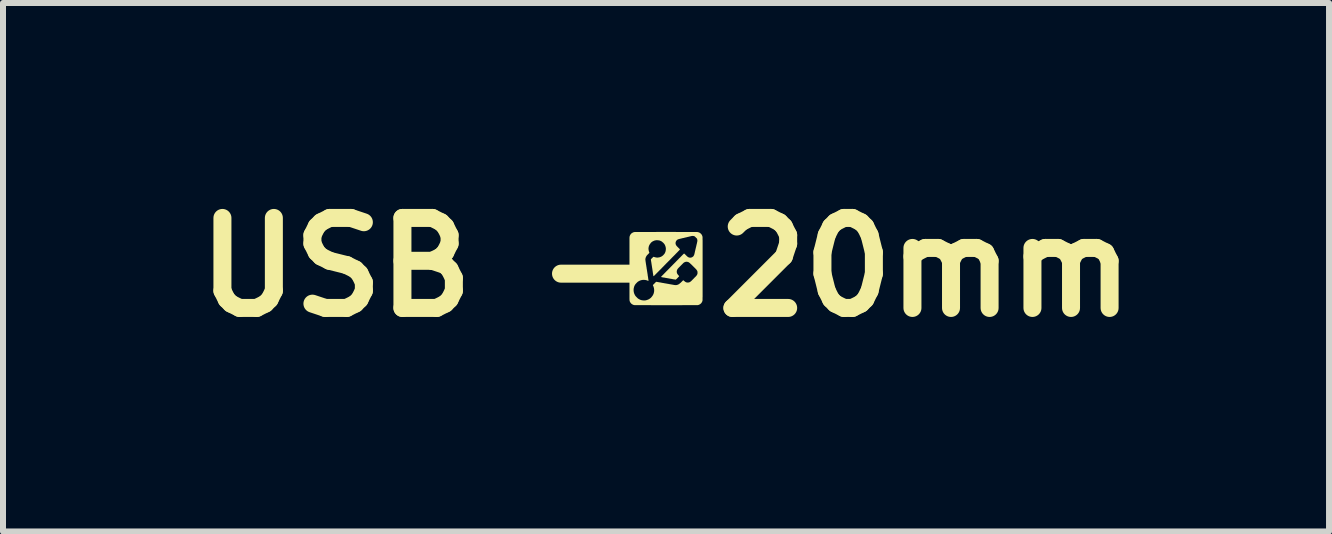
<source format=kicad_pcb>
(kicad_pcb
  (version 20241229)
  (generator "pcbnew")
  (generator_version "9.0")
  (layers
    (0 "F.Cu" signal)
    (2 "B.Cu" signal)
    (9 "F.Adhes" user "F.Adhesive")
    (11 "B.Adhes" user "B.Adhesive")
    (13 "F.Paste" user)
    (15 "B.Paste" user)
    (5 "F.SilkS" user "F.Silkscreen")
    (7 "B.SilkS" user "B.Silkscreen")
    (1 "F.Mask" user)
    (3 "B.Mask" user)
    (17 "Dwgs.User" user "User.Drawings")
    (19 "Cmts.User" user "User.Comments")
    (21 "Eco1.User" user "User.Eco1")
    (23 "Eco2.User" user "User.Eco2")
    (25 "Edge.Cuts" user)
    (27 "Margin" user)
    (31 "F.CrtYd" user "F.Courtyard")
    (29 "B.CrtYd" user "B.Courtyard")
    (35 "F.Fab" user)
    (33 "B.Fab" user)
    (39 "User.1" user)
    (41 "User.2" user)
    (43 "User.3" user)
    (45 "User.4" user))
  (footprint "USB - 20mm"
    (layer "F.Cu")
    (at 8.05 1.404)
    (property "Reference" "USB - 20mm" (at 0 0 0) (layer "F.SilkS") (effects (font (size 1.5 1.5) (thickness 0.3))))
    (attr board_only exclude_from_pos_files exclude_from_bom)
    (fp_poly (pts (xy 0.025 -0.588) (xy 0.049 -0.588) (xy 0.073 -0.588) (xy 0.096 -0.588) (xy 0.119 -0.588) (xy 0.142 -0.588) (xy 0.165 -0.588) (xy 0.188 -0.587) (xy 0.21 -0.587) (xy 0.232 -0.587) (xy 0.253 -0.587) (xy 0.274 -0.587) (xy 0.294 -0.587) (xy 0.314 -0.587) (xy 0.333 -0.587) (xy 0.352 -0.587) (xy 0.369 -0.587) (xy 0.387 -0.587) (xy 0.403 -0.587) (xy 0.418 -0.587) (xy 0.433 -0.587) (xy 0.447 -0.587) (xy 0.46 -0.587) (xy 0.472 -0.587) (xy 0.482 -0.587) (xy 0.492 -0.587) (xy 0.501 -0.587) (xy 0.508 -0.587) (xy 0.514 -0.587) (xy 0.519 -0.587) (xy 0.523 -0.587) (xy 0.525 -0.586) (xy 0.526 -0.586) (xy 0.538 -0.584) (xy 0.549 -0.58) (xy 0.559 -0.576) (xy 0.569 -0.569) (xy 0.578 -0.562) (xy 0.581 -0.559) (xy 0.589 -0.55) (xy 0.596 -0.541) (xy 0.601 -0.53) (xy 0.605 -0.52) (xy 0.608 -0.508) (xy 0.609 -0.504) (xy 0.609 -0.503) (xy 0.609 -0.5) (xy 0.609 -0.496) (xy 0.609 -0.491) (xy 0.609 -0.485) (xy 0.609 -0.477) (xy 0.609 -0.468) (xy 0.609 -0.459) (xy 0.61 -0.448) (xy 0.61 -0.436) (xy 0.61 -0.423) (xy 0.61 -0.409) (xy 0.61 -0.394) (xy 0.61 -0.378) (xy 0.61 -0.362) (xy 0.61 -0.345) (xy 0.61 -0.327) (xy 0.61 -0.308) (xy 0.61 -0.289) (xy 0.61 -0.269) (xy 0.61 -0.249) (xy 0.61 -0.228) (xy 0.61 -0.206) (xy 0.61 -0.185) (xy 0.61 -0.162) (xy 0.61 -0.14) (xy 0.61 -0.117) (xy 0.61 -0.094) (xy 0.61 -0.071) (xy 0.61 -0.047) (xy 0.61 -0.024) (xy 0.61 -0.000012) (xy 0.61 0.024) (xy 0.61 0.047) (xy 0.61 0.071) (xy 0.61 0.095) (xy 0.61 0.118) (xy 0.61 0.141) (xy 0.61 0.164) (xy 0.61 0.187) (xy 0.61 0.21) (xy 0.61 0.232) (xy 0.61 0.254) (xy 0.61 0.275) (xy 0.61 0.296) (xy 0.61 0.316) (xy 0.61 0.336) (xy 0.61 0.355) (xy 0.61 0.374) (xy 0.61 0.392) (xy 0.61 0.409) (xy 0.61 0.425) (xy 0.61 0.441) (xy 0.61 0.455) (xy 0.61 0.469) (xy 0.61 0.482) (xy 0.61 0.494) (xy 0.609 0.505) (xy 0.609 0.514) (xy 0.609 0.523) (xy 0.609 0.531) (xy 0.609 0.537) (xy 0.609 0.542) (xy 0.609 0.546) (xy 0.609 0.548) (xy 0.609 0.549) (xy 0.607 0.561) (xy 0.603 0.572) (xy 0.598 0.582) (xy 0.592 0.592) (xy 0.585 0.601) (xy 0.581 0.604) (xy 0.573 0.612) (xy 0.563 0.618) (xy 0.553 0.624) (xy 0.542 0.628) (xy 0.531 0.631) (xy 0.526 0.632) (xy 0.525 0.632) (xy 0.523 0.632) (xy 0.519 0.632) (xy 0.514 0.632) (xy 0.507 0.632) (xy 0.5 0.632) (xy 0.491 0.632) (xy 0.481 0.632) (xy 0.47 0.632) (xy 0.458 0.632) (xy 0.446 0.632) (xy 0.432 0.632) (xy 0.417 0.632) (xy 0.401 0.632) (xy 0.385 0.632) (xy 0.368 0.632) (xy 0.35 0.632) (xy 0.331 0.632) (xy 0.312 0.632) (xy 0.292 0.632) (xy 0.272 0.632) (xy 0.251 0.633) (xy 0.23 0.633) (xy 0.208 0.633) (xy 0.186 0.633) (xy 0.163 0.633) (xy 0.14 0.633) (xy 0.117 0.633) (xy 0.094 0.633) (xy 0.07 0.633) (xy 0.047 0.633) (xy 0.023 0.633) (xy -0.001 0.633) (xy -0.024 0.633) (xy -0.048 0.633) (xy -0.071 0.633) (xy -0.095 0.633) (xy -0.118 0.633) (xy -0.141 0.633) (xy -0.164 0.633) (xy -0.187 0.633) (xy -0.209 0.633) (xy -0.23 0.633) (xy -0.252 0.632) (xy -0.273 0.632) (xy -0.293 0.632) (xy -0.313 0.632) (xy -0.332 0.632) (xy -0.351 0.632) (xy -0.368 0.632) (xy -0.386 0.632) (xy -0.402 0.632) (xy -0.418 0.632) (xy -0.432 0.632) (xy -0.446 0.632) (xy -0.459 0.632) (xy -0.471 0.632) (xy -0.482 0.632) (xy -0.491 0.632) (xy -0.5 0.632) (xy -0.508 0.632) (xy -0.514 0.632) (xy -0.519 0.632) (xy -0.523 0.632) (xy -0.525 0.632) (xy -0.526 0.631) (xy -0.538 0.629) (xy -0.549 0.625) (xy -0.559 0.62) (xy -0.569 0.614) (xy -0.578 0.607) (xy -0.581 0.604) (xy -0.589 0.595) (xy -0.595 0.586) (xy -0.601 0.576) (xy -0.605 0.565) (xy -0.608 0.553) (xy -0.608 0.549) (xy -0.608 0.548) (xy -0.608 0.545) (xy -0.608 0.541) (xy -0.609 0.536) (xy -0.609 0.53) (xy -0.609 0.522) (xy -0.609 0.514) (xy -0.609 0.504) (xy -0.609 0.493) (xy -0.609 0.481) (xy -0.609 0.468) (xy -0.609 0.454) (xy -0.609 0.439) (xy -0.609 0.424) (xy -0.609 0.407) (xy -0.609 0.39) (xy -0.609 0.379) (xy -0.54 0.379) (xy -0.54 0.385) (xy -0.54 0.39) (xy -0.54 0.395) (xy -0.539 0.399) (xy -0.539 0.402) (xy -0.539 0.402) (xy -0.538 0.405) (xy -0.538 0.409) (xy -0.537 0.413) (xy -0.537 0.414) (xy -0.536 0.418) (xy -0.535 0.422) (xy -0.534 0.426) (xy -0.532 0.431) (xy -0.531 0.436) (xy -0.529 0.441) (xy -0.528 0.444) (xy -0.527 0.446) (xy -0.526 0.448) (xy -0.525 0.451) (xy -0.523 0.454) (xy -0.523 0.454) (xy -0.521 0.458) (xy -0.519 0.463) (xy -0.516 0.468) (xy -0.513 0.473) (xy -0.511 0.475) (xy -0.509 0.478) (xy -0.508 0.48) (xy -0.506 0.482) (xy -0.506 0.483) (xy -0.504 0.485) (xy -0.501 0.487) (xy -0.498 0.491) (xy -0.495 0.494) (xy -0.491 0.498) (xy -0.487 0.502) (xy -0.469 0.52) (xy -0.458 0.527) (xy -0.453 0.53) (xy -0.449 0.532) (xy -0.444 0.535) (xy -0.44 0.537) (xy -0.438 0.538) (xy -0.433 0.54) (xy -0.427 0.543) (xy -0.421 0.545) (xy -0.415 0.547) (xy -0.41 0.548) (xy -0.408 0.549) (xy -0.405 0.549) (xy -0.402 0.55) (xy -0.398 0.55) (xy -0.395 0.551) (xy -0.392 0.551) (xy -0.388 0.552) (xy -0.385 0.552) (xy -0.382 0.553) (xy -0.378 0.553) (xy -0.376 0.553) (xy -0.374 0.554) (xy -0.37 0.554) (xy -0.365 0.554) (xy -0.359 0.554) (xy -0.358 0.554) (xy -0.355 0.553) (xy -0.351 0.553) (xy -0.347 0.552) (xy -0.346 0.552) (xy -0.342 0.552) (xy -0.338 0.551) (xy -0.335 0.551) (xy -0.332 0.55) (xy -0.328 0.549) (xy -0.324 0.548) (xy -0.319 0.546) (xy -0.315 0.545) (xy -0.307 0.542) (xy -0.299 0.539) (xy -0.292 0.536) (xy -0.285 0.532) (xy -0.279 0.529) (xy -0.274 0.525) (xy -0.269 0.522) (xy -0.269 0.522) (xy -0.267 0.52) (xy -0.264 0.518) (xy -0.261 0.516) (xy -0.261 0.516) (xy -0.259 0.515) (xy -0.257 0.513) (xy -0.254 0.511) (xy -0.251 0.508) (xy -0.247 0.503) (xy -0.247 0.503) (xy -0.244 0.5) (xy -0.241 0.496) (xy -0.238 0.493) (xy -0.236 0.491) (xy -0.235 0.489) (xy -0.235 0.489) (xy -0.233 0.486) (xy -0.231 0.483) (xy -0.229 0.481) (xy -0.227 0.479) (xy -0.225 0.475) (xy -0.222 0.471) (xy -0.219 0.467) (xy -0.217 0.462) (xy -0.214 0.457) (xy -0.212 0.453) (xy -0.211 0.45) (xy -0.211 0.449) (xy -0.209 0.446) (xy -0.208 0.442) (xy -0.207 0.439) (xy -0.207 0.439) (xy -0.205 0.436) (xy -0.204 0.432) (xy -0.203 0.427) (xy -0.202 0.422) (xy -0.201 0.417) (xy -0.2 0.415) (xy -0.2 0.412) (xy -0.199 0.409) (xy -0.199 0.406) (xy -0.198 0.403) (xy -0.198 0.399) (xy -0.198 0.395) (xy -0.198 0.39) (xy -0.197 0.384) (xy -0.198 0.379) (xy -0.198 0.375) (xy -0.198 0.371) (xy -0.198 0.368) (xy -0.198 0.367) (xy -0.199 0.365) (xy -0.199 0.362) (xy -0.199 0.358) (xy -0.2 0.356) (xy -0.201 0.349) (xy -0.203 0.342) (xy -0.203 0.341) (xy -0.204 0.338) (xy -0.205 0.334) (xy -0.206 0.33) (xy -0.206 0.329) (xy -0.207 0.326) (xy -0.209 0.322) (xy -0.211 0.317) (xy -0.213 0.313) (xy -0.215 0.309) (xy -0.216 0.306) (xy -0.217 0.304) (xy -0.218 0.302) (xy -0.218 0.3) (xy -0.218 0.299) (xy -0.218 0.296) (xy -0.199 0.277) (xy -0.193 0.271) (xy -0.187 0.265) (xy -0.183 0.26) (xy -0.179 0.256) (xy -0.175 0.253) (xy -0.172 0.25) (xy -0.17 0.248) (xy -0.169 0.246) (xy -0.167 0.245) (xy -0.166 0.244) (xy -0.165 0.244) (xy -0.164 0.243) (xy -0.164 0.243) (xy -0.163 0.243) (xy -0.163 0.243) (xy -0.161 0.243) (xy -0.158 0.243) (xy -0.154 0.244) (xy -0.149 0.245) (xy -0.149 0.245) (xy -0.145 0.245) (xy -0.141 0.246) (xy -0.137 0.247) (xy -0.134 0.247) (xy -0.133 0.247) (xy -0.13 0.248) (xy -0.125 0.249) (xy -0.122 0.249) (xy -0.121 0.25) (xy -0.114 0.251) (xy -0.109 0.252) (xy -0.104 0.253) (xy -0.1 0.253) (xy -0.096 0.254) (xy -0.092 0.254) (xy -0.089 0.255) (xy -0.084 0.256) (xy -0.079 0.257) (xy -0.074 0.258) (xy -0.069 0.259) (xy -0.065 0.26) (xy -0.061 0.26) (xy -0.059 0.261) (xy -0.057 0.261) (xy -0.057 0.261) (xy -0.056 0.261) (xy -0.053 0.261) (xy -0.05 0.262) (xy -0.046 0.263) (xy -0.041 0.264) (xy -0.039 0.264) (xy -0.034 0.265) (xy -0.029 0.266) (xy -0.024 0.267) (xy -0.02 0.268) (xy -0.017 0.268) (xy -0.016 0.268) (xy -0.013 0.269) (xy -0.008 0.27) (xy -0.004 0.27) (xy 0.001 0.271) (xy 0.002 0.271) (xy 0.006 0.272) (xy 0.01 0.273) (xy 0.015 0.274) (xy 0.018 0.274) (xy 0.018 0.274) (xy 0.022 0.275) (xy 0.027 0.276) (xy 0.032 0.277) (xy 0.037 0.277) (xy 0.041 0.278) (xy 0.045 0.279) (xy 0.047 0.28) (xy 0.049 0.28) (xy 0.052 0.281) (xy 0.056 0.281) (xy 0.057 0.281) (xy 0.06 0.282) (xy 0.063 0.282) (xy 0.068 0.283) (xy 0.073 0.284) (xy 0.076 0.285) (xy 0.081 0.286) (xy 0.085 0.286) (xy 0.09 0.287) (xy 0.094 0.288) (xy 0.096 0.288) (xy 0.098 0.289) (xy 0.102 0.289) (xy 0.107 0.29) (xy 0.112 0.291) (xy 0.117 0.292) (xy 0.119 0.292) (xy 0.127 0.294) (xy 0.133 0.295) (xy 0.138 0.296) (xy 0.143 0.296) (xy 0.147 0.297) (xy 0.151 0.297) (xy 0.154 0.297) (xy 0.158 0.298) (xy 0.16 0.298) (xy 0.168 0.297) (xy 0.176 0.297) (xy 0.183 0.295) (xy 0.19 0.293) (xy 0.198 0.29) (xy 0.206 0.286) (xy 0.207 0.286) (xy 0.211 0.284) (xy 0.215 0.282) (xy 0.217 0.281) (xy 0.219 0.279) (xy 0.221 0.278) (xy 0.223 0.275) (xy 0.224 0.275) (xy 0.227 0.272) (xy 0.23 0.27) (xy 0.233 0.267) (xy 0.234 0.266) (xy 0.236 0.265) (xy 0.239 0.263) (xy 0.242 0.26) (xy 0.246 0.257) (xy 0.25 0.252) (xy 0.256 0.247) (xy 0.262 0.241) (xy 0.268 0.235) (xy 0.273 0.229) (xy 0.278 0.225) (xy 0.281 0.222) (xy 0.284 0.219) (xy 0.285 0.218) (xy 0.286 0.218) (xy 0.288 0.218) (xy 0.289 0.218) (xy 0.291 0.218) (xy 0.293 0.22) (xy 0.295 0.222) (xy 0.298 0.225) (xy 0.3 0.227) (xy 0.304 0.23) (xy 0.308 0.233) (xy 0.311 0.236) (xy 0.313 0.237) (xy 0.316 0.239) (xy 0.318 0.241) (xy 0.32 0.242) (xy 0.322 0.244) (xy 0.326 0.246) (xy 0.33 0.248) (xy 0.333 0.25) (xy 0.337 0.251) (xy 0.339 0.252) (xy 0.348 0.254) (xy 0.357 0.255) (xy 0.365 0.255) (xy 0.373 0.254) (xy 0.382 0.253) (xy 0.382 0.252) (xy 0.389 0.251) (xy 0.395 0.248) (xy 0.401 0.245) (xy 0.405 0.242) (xy 0.405 0.242) (xy 0.408 0.239) (xy 0.411 0.237) (xy 0.413 0.236) (xy 0.415 0.235) (xy 0.417 0.233) (xy 0.421 0.229) (xy 0.425 0.225) (xy 0.431 0.22) (xy 0.431 0.219) (xy 0.441 0.209) (xy 0.45 0.2) (xy 0.459 0.191) (xy 0.466 0.184) (xy 0.472 0.177) (xy 0.478 0.171) (xy 0.483 0.166) (xy 0.488 0.162) (xy 0.492 0.158) (xy 0.495 0.154) (xy 0.498 0.151) (xy 0.5 0.149) (xy 0.502 0.147) (xy 0.504 0.145) (xy 0.505 0.144) (xy 0.506 0.143) (xy 0.506 0.142) (xy 0.507 0.141) (xy 0.508 0.14) (xy 0.508 0.14) (xy 0.508 0.139) (xy 0.51 0.136) (xy 0.512 0.134) (xy 0.513 0.132) (xy 0.515 0.13) (xy 0.517 0.126) (xy 0.519 0.122) (xy 0.521 0.118) (xy 0.522 0.114) (xy 0.523 0.112) (xy 0.524 0.107) (xy 0.525 0.102) (xy 0.525 0.097) (xy 0.525 0.092) (xy 0.525 0.088) (xy 0.525 0.083) (xy 0.525 0.08) (xy 0.524 0.076) (xy 0.524 0.073) (xy 0.523 0.068) (xy 0.522 0.066) (xy 0.521 0.063) (xy 0.519 0.059) (xy 0.517 0.054) (xy 0.513 0.05) (xy 0.511 0.046) (xy 0.509 0.044) (xy 0.507 0.041) (xy 0.506 0.039) (xy 0.506 0.038) (xy 0.505 0.037) (xy 0.503 0.035) (xy 0.5 0.032) (xy 0.497 0.029) (xy 0.493 0.025) (xy 0.488 0.02) (xy 0.483 0.014) (xy 0.476 0.008) (xy 0.469 0.001) (xy 0.461 -0.007) (xy 0.452 -0.016) (xy 0.451 -0.017) (xy 0.442 -0.026) (xy 0.434 -0.034) (xy 0.427 -0.041) (xy 0.421 -0.047) (xy 0.415 -0.052) (xy 0.41 -0.057) (xy 0.406 -0.06) (xy 0.403 -0.064) (xy 0.4 -0.066) (xy 0.398 -0.069) (xy 0.396 -0.07) (xy 0.394 -0.071) (xy 0.393 -0.072) (xy 0.392 -0.073) (xy 0.389 -0.075) (xy 0.387 -0.077) (xy 0.385 -0.078) (xy 0.382 -0.081) (xy 0.378 -0.083) (xy 0.373 -0.085) (xy 0.369 -0.087) (xy 0.366 -0.088) (xy 0.363 -0.089) (xy 0.36 -0.089) (xy 0.356 -0.09) (xy 0.353 -0.091) (xy 0.35 -0.091) (xy 0.347 -0.092) (xy 0.345 -0.092) (xy 0.344 -0.092) (xy 0.344 -0.092) (xy 0.343 -0.092) (xy 0.341 -0.092) (xy 0.338 -0.092) (xy 0.335 -0.091) (xy 0.331 -0.091) (xy 0.328 -0.09) (xy 0.324 -0.089) (xy 0.323 -0.089) (xy 0.319 -0.088) (xy 0.314 -0.086) (xy 0.308 -0.083) (xy 0.302 -0.08) (xy 0.298 -0.077) (xy 0.297 -0.077) (xy 0.296 -0.076) (xy 0.295 -0.075) (xy 0.293 -0.074) (xy 0.291 -0.072) (xy 0.289 -0.07) (xy 0.287 -0.068) (xy 0.284 -0.065) (xy 0.281 -0.062) (xy 0.277 -0.058) (xy 0.272 -0.053) (xy 0.267 -0.048) (xy 0.261 -0.042) (xy 0.254 -0.035) (xy 0.246 -0.027) (xy 0.244 -0.025) (xy 0.236 -0.017) (xy 0.229 -0.01) (xy 0.223 -0.003) (xy 0.217 0.002) (xy 0.212 0.007) (xy 0.208 0.012) (xy 0.205 0.015) (xy 0.202 0.019) (xy 0.199 0.022) (xy 0.197 0.024) (xy 0.195 0.026) (xy 0.193 0.029) (xy 0.192 0.031) (xy 0.191 0.032) (xy 0.19 0.035) (xy 0.189 0.037) (xy 0.187 0.039) (xy 0.186 0.042) (xy 0.186 0.042) (xy 0.184 0.046) (xy 0.183 0.049) (xy 0.182 0.053) (xy 0.181 0.057) (xy 0.18 0.062) (xy 0.179 0.068) (xy 0.179 0.075) (xy 0.179 0.082) (xy 0.181 0.09) (xy 0.183 0.098) (xy 0.186 0.105) (xy 0.189 0.111) (xy 0.193 0.117) (xy 0.193 0.118) (xy 0.196 0.12) (xy 0.198 0.123) (xy 0.199 0.125) (xy 0.2 0.127) (xy 0.203 0.13) (xy 0.206 0.133) (xy 0.209 0.137) (xy 0.21 0.137) (xy 0.213 0.14) (xy 0.215 0.143) (xy 0.216 0.144) (xy 0.217 0.146) (xy 0.218 0.147) (xy 0.218 0.148) (xy 0.218 0.148) (xy 0.218 0.15) (xy 0.217 0.152) (xy 0.217 0.153) (xy 0.215 0.154) (xy 0.213 0.157) (xy 0.21 0.16) (xy 0.206 0.164) (xy 0.202 0.168) (xy 0.198 0.172) (xy 0.194 0.177) (xy 0.189 0.181) (xy 0.185 0.186) (xy 0.181 0.19) (xy 0.177 0.194) (xy 0.173 0.197) (xy 0.17 0.2) (xy 0.167 0.203) (xy 0.166 0.204) (xy 0.165 0.205) (xy 0.162 0.206) (xy 0.16 0.206) (xy 0.156 0.206) (xy 0.151 0.205) (xy 0.146 0.204) (xy 0.14 0.203) (xy 0.136 0.202) (xy 0.132 0.202) (xy 0.129 0.201) (xy 0.126 0.201) (xy 0.124 0.201) (xy 0.121 0.2) (xy 0.118 0.2) (xy 0.116 0.199) (xy 0.113 0.199) (xy 0.11 0.198) (xy 0.105 0.197) (xy 0.1 0.196) (xy 0.095 0.195) (xy 0.09 0.194) (xy 0.085 0.193) (xy 0.081 0.193) (xy 0.078 0.192) (xy 0.075 0.192) (xy 0.071 0.191) (xy 0.066 0.19) (xy 0.061 0.189) (xy 0.059 0.189) (xy 0.054 0.188) (xy 0.05 0.187) (xy 0.046 0.186) (xy 0.043 0.186) (xy 0.042 0.185) (xy 0.036 0.185) (xy 0.031 0.184) (xy 0.027 0.183) (xy 0.023 0.182) (xy 0.02 0.182) (xy 0.015 0.181) (xy 0.011 0.18) (xy 0.006 0.179) (xy 0.002 0.178) (xy -0.002 0.178) (xy -0.004 0.177) (xy -0.004 0.177) (xy -0.006 0.177) (xy -0.009 0.177) (xy -0.012 0.176) (xy -0.016 0.175) (xy -0.02 0.174) (xy -0.023 0.174) (xy -0.026 0.173) (xy -0.03 0.173) (xy -0.034 0.172) (xy -0.034 0.172) (xy -0.037 0.172) (xy -0.039 0.171) (xy -0.041 0.171) (xy -0.043 0.171) (xy -0.046 0.17) (xy -0.049 0.17) (xy -0.053 0.169) (xy -0.059 0.168) (xy -0.06 0.168) (xy -0.064 0.167) (xy -0.068 0.166) (xy -0.072 0.165) (xy -0.074 0.165) (xy -0.076 0.165) (xy -0.079 0.164) (xy -0.081 0.162) (xy -0.082 0.16) (xy -0.081 0.158) (xy -0.081 0.158) (xy -0.079 0.156) (xy -0.077 0.154) (xy -0.074 0.15) (xy -0.069 0.146) (xy -0.065 0.141) (xy -0.059 0.135) (xy -0.052 0.128) (xy -0.045 0.121) (xy -0.037 0.113) (xy -0.029 0.104) (xy -0.019 0.095) (xy -0.01 0.085) (xy 0.001 0.074) (xy 0.011 0.063) (xy 0.023 0.052) (xy 0.034 0.04) (xy 0.047 0.028) (xy 0.059 0.015) (xy 0.072 0.002) (xy 0.085 -0.012) (xy 0.099 -0.025) (xy 0.106 -0.033) (xy 0.12 -0.047) (xy 0.133 -0.06) (xy 0.146 -0.073) (xy 0.159 -0.086) (xy 0.171 -0.099) (xy 0.183 -0.111) (xy 0.195 -0.123) (xy 0.206 -0.134) (xy 0.216 -0.145) (xy 0.226 -0.155) (xy 0.236 -0.164) (xy 0.245 -0.174) (xy 0.253 -0.182) (xy 0.261 -0.19) (xy 0.268 -0.197) (xy 0.274 -0.203) (xy 0.279 -0.209) (xy 0.284 -0.213) (xy 0.288 -0.217) (xy 0.291 -0.22) (xy 0.293 -0.222) (xy 0.294 -0.223) (xy 0.294 -0.224) (xy 0.295 -0.225) (xy 0.298 -0.226) (xy 0.3 -0.227) (xy 0.302 -0.228) (xy 0.304 -0.227) (xy 0.305 -0.227) (xy 0.306 -0.226) (xy 0.307 -0.225) (xy 0.31 -0.222) (xy 0.313 -0.219) (xy 0.317 -0.216) (xy 0.321 -0.212) (xy 0.326 -0.207) (xy 0.33 -0.202) (xy 0.331 -0.202) (xy 0.337 -0.196) (xy 0.342 -0.191) (xy 0.346 -0.187) (xy 0.349 -0.184) (xy 0.352 -0.181) (xy 0.355 -0.179) (xy 0.357 -0.177) (xy 0.358 -0.176) (xy 0.36 -0.175) (xy 0.36 -0.175) (xy 0.363 -0.173) (xy 0.365 -0.172) (xy 0.367 -0.17) (xy 0.367 -0.17) (xy 0.371 -0.168) (xy 0.376 -0.165) (xy 0.382 -0.163) (xy 0.389 -0.161) (xy 0.395 -0.16) (xy 0.402 -0.16) (xy 0.406 -0.16) (xy 0.411 -0.16) (xy 0.416 -0.161) (xy 0.421 -0.162) (xy 0.425 -0.163) (xy 0.428 -0.164) (xy 0.43 -0.165) (xy 0.433 -0.167) (xy 0.435 -0.167) (xy 0.438 -0.169) (xy 0.441 -0.171) (xy 0.442 -0.172) (xy 0.445 -0.174) (xy 0.448 -0.176) (xy 0.45 -0.178) (xy 0.453 -0.18) (xy 0.455 -0.182) (xy 0.456 -0.183) (xy 0.458 -0.186) (xy 0.459 -0.189) (xy 0.462 -0.192) (xy 0.463 -0.194) (xy 0.465 -0.198) (xy 0.467 -0.203) (xy 0.47 -0.209) (xy 0.472 -0.216) (xy 0.474 -0.225) (xy 0.477 -0.235) (xy 0.479 -0.245) (xy 0.479 -0.248) (xy 0.48 -0.251) (xy 0.481 -0.253) (xy 0.481 -0.256) (xy 0.482 -0.258) (xy 0.482 -0.261) (xy 0.483 -0.265) (xy 0.484 -0.269) (xy 0.485 -0.272) (xy 0.486 -0.276) (xy 0.487 -0.28) (xy 0.487 -0.281) (xy 0.488 -0.284) (xy 0.488 -0.286) (xy 0.488 -0.287) (xy 0.488 -0.287) (xy 0.489 -0.288) (xy 0.489 -0.29) (xy 0.49 -0.293) (xy 0.491 -0.298) (xy 0.492 -0.303) (xy 0.494 -0.31) (xy 0.494 -0.312) (xy 0.496 -0.318) (xy 0.497 -0.323) (xy 0.498 -0.329) (xy 0.5 -0.334) (xy 0.501 -0.339) (xy 0.502 -0.344) (xy 0.503 -0.347) (xy 0.503 -0.348) (xy 0.504 -0.351) (xy 0.505 -0.355) (xy 0.505 -0.358) (xy 0.506 -0.362) (xy 0.507 -0.365) (xy 0.507 -0.367) (xy 0.508 -0.371) (xy 0.509 -0.375) (xy 0.51 -0.379) (xy 0.511 -0.383) (xy 0.512 -0.386) (xy 0.513 -0.389) (xy 0.513 -0.391) (xy 0.513 -0.393) (xy 0.514 -0.396) (xy 0.515 -0.398) (xy 0.516 -0.401) (xy 0.516 -0.405) (xy 0.517 -0.407) (xy 0.517 -0.41) (xy 0.518 -0.414) (xy 0.519 -0.418) (xy 0.52 -0.421) (xy 0.521 -0.428) (xy 0.522 -0.434) (xy 0.523 -0.44) (xy 0.523 -0.445) (xy 0.523 -0.448) (xy 0.522 -0.451) (xy 0.522 -0.455) (xy 0.521 -0.458) (xy 0.521 -0.458) (xy 0.52 -0.462) (xy 0.52 -0.465) (xy 0.519 -0.468) (xy 0.518 -0.471) (xy 0.517 -0.473) (xy 0.517 -0.474) (xy 0.517 -0.475) (xy 0.517 -0.476) (xy 0.516 -0.477) (xy 0.514 -0.479) (xy 0.512 -0.481) (xy 0.51 -0.484) (xy 0.506 -0.487) (xy 0.502 -0.491) (xy 0.497 -0.496) (xy 0.492 -0.501) (xy 0.488 -0.505) (xy 0.484 -0.508) (xy 0.482 -0.511) (xy 0.48 -0.513) (xy 0.478 -0.514) (xy 0.477 -0.515) (xy 0.476 -0.516) (xy 0.475 -0.516) (xy 0.475 -0.516) (xy 0.472 -0.516) (xy 0.47 -0.517) (xy 0.469 -0.517) (xy 0.466 -0.519) (xy 0.462 -0.52) (xy 0.457 -0.521) (xy 0.452 -0.521) (xy 0.446 -0.522) (xy 0.444 -0.522) (xy 0.44 -0.522) (xy 0.436 -0.521) (xy 0.431 -0.521) (xy 0.426 -0.52) (xy 0.42 -0.519) (xy 0.415 -0.518) (xy 0.411 -0.517) (xy 0.408 -0.516) (xy 0.408 -0.515) (xy 0.406 -0.515) (xy 0.404 -0.514) (xy 0.401 -0.514) (xy 0.398 -0.513) (xy 0.394 -0.513) (xy 0.391 -0.512) (xy 0.388 -0.511) (xy 0.386 -0.511) (xy 0.384 -0.51) (xy 0.381 -0.509) (xy 0.377 -0.508) (xy 0.373 -0.507) (xy 0.373 -0.507) (xy 0.369 -0.507) (xy 0.366 -0.506) (xy 0.362 -0.505) (xy 0.36 -0.504) (xy 0.353 -0.503) (xy 0.346 -0.501) (xy 0.34 -0.499) (xy 0.334 -0.498) (xy 0.333 -0.498) (xy 0.329 -0.497) (xy 0.325 -0.496) (xy 0.321 -0.495) (xy 0.32 -0.495) (xy 0.316 -0.494) (xy 0.313 -0.493) (xy 0.31 -0.492) (xy 0.31 -0.492) (xy 0.308 -0.492) (xy 0.304 -0.491) (xy 0.3 -0.49) (xy 0.297 -0.489) (xy 0.293 -0.488) (xy 0.288 -0.487) (xy 0.283 -0.486) (xy 0.28 -0.486) (xy 0.273 -0.484) (xy 0.266 -0.482) (xy 0.26 -0.481) (xy 0.254 -0.479) (xy 0.251 -0.478) (xy 0.248 -0.478) (xy 0.244 -0.477) (xy 0.24 -0.476) (xy 0.239 -0.475) (xy 0.232 -0.474) (xy 0.223 -0.472) (xy 0.214 -0.469) (xy 0.211 -0.469) (xy 0.207 -0.467) (xy 0.203 -0.466) (xy 0.199 -0.464) (xy 0.196 -0.463) (xy 0.194 -0.462) (xy 0.192 -0.461) (xy 0.19 -0.459) (xy 0.188 -0.458) (xy 0.186 -0.456) (xy 0.184 -0.454) (xy 0.181 -0.451) (xy 0.179 -0.449) (xy 0.175 -0.446) (xy 0.173 -0.443) (xy 0.171 -0.441) (xy 0.169 -0.439) (xy 0.168 -0.437) (xy 0.168 -0.436) (xy 0.167 -0.434) (xy 0.167 -0.433) (xy 0.165 -0.43) (xy 0.164 -0.426) (xy 0.163 -0.424) (xy 0.163 -0.423) (xy 0.162 -0.42) (xy 0.161 -0.417) (xy 0.16 -0.413) (xy 0.159 -0.407) (xy 0.159 -0.403) (xy 0.159 -0.397) (xy 0.16 -0.391) (xy 0.162 -0.383) (xy 0.163 -0.378) (xy 0.165 -0.374) (xy 0.166 -0.371) (xy 0.168 -0.368) (xy 0.169 -0.366) (xy 0.171 -0.363) (xy 0.173 -0.361) (xy 0.175 -0.358) (xy 0.177 -0.356) (xy 0.177 -0.354) (xy 0.179 -0.353) (xy 0.181 -0.35) (xy 0.184 -0.348) (xy 0.187 -0.344) (xy 0.191 -0.34) (xy 0.196 -0.335) (xy 0.202 -0.329) (xy 0.205 -0.326) (xy 0.211 -0.32) (xy 0.216 -0.315) (xy 0.22 -0.311) (xy 0.224 -0.308) (xy 0.226 -0.305) (xy 0.228 -0.302) (xy 0.23 -0.3) (xy 0.231 -0.299) (xy 0.232 -0.298) (xy 0.232 -0.297) (xy 0.232 -0.296) (xy 0.231 -0.295) (xy 0.231 -0.294) (xy 0.231 -0.293) (xy 0.229 -0.292) (xy 0.226 -0.289) (xy 0.223 -0.285) (xy 0.219 -0.281) (xy 0.213 -0.275) (xy 0.207 -0.269) (xy 0.2 -0.262) (xy 0.192 -0.253) (xy 0.183 -0.244) (xy 0.174 -0.235) (xy 0.163 -0.224) (xy 0.152 -0.212) (xy 0.14 -0.2) (xy 0.127 -0.187) (xy 0.113 -0.173) (xy 0.099 -0.159) (xy 0.084 -0.143) (xy 0.068 -0.127) (xy 0.052 -0.11) (xy 0.034 -0.093) (xy 0.03 -0.088) (xy 0.011 -0.07) (xy -0.006 -0.052) (xy -0.022 -0.036) (xy -0.037 -0.02) (xy -0.052 -0.005) (xy -0.066 0.009) (xy -0.078 0.022) (xy -0.09 0.034) (xy -0.102 0.045) (xy -0.112 0.056) (xy -0.122 0.066) (xy -0.131 0.075) (xy -0.139 0.083) (xy -0.147 0.091) (xy -0.154 0.098) (xy -0.161 0.105) (xy -0.167 0.111) (xy -0.172 0.116) (xy -0.177 0.121) (xy -0.181 0.126) (xy -0.185 0.13) (xy -0.189 0.133) (xy -0.192 0.136) (xy -0.194 0.139) (xy -0.197 0.141) (xy -0.199 0.143) (xy -0.2 0.145) (xy -0.202 0.146) (xy -0.203 0.147) (xy -0.204 0.148) (xy -0.204 0.148) (xy -0.205 0.149) (xy -0.205 0.149) (xy -0.206 0.149) (xy -0.206 0.149) (xy -0.206 0.149) (xy -0.206 0.149) (xy -0.206 0.149) (xy -0.206 0.149) (xy -0.206 0.149) (xy -0.206 0.149) (xy -0.206 0.149) (xy -0.208 0.148) (xy -0.209 0.147) (xy -0.21 0.146) (xy -0.211 0.144) (xy -0.211 0.14) (xy -0.212 0.136) (xy -0.212 0.134) (xy -0.213 0.129) (xy -0.214 0.125) (xy -0.214 0.12) (xy -0.215 0.116) (xy -0.216 0.111) (xy -0.217 0.106) (xy -0.218 0.099) (xy -0.219 0.092) (xy -0.219 0.091) (xy -0.22 0.087) (xy -0.22 0.084) (xy -0.221 0.08) (xy -0.221 0.08) (xy -0.221 0.077) (xy -0.222 0.073) (xy -0.222 0.07) (xy -0.222 0.068) (xy -0.223 0.063) (xy -0.224 0.059) (xy -0.224 0.056) (xy -0.225 0.053) (xy -0.225 0.051) (xy -0.225 0.048) (xy -0.225 0.048) (xy -0.226 0.045) (xy -0.226 0.042) (xy -0.226 0.039) (xy -0.227 0.038) (xy -0.227 0.035) (xy -0.228 0.031) (xy -0.228 0.027) (xy -0.228 0.027) (xy -0.229 0.023) (xy -0.23 0.019) (xy -0.23 0.016) (xy -0.231 0.013) (xy -0.231 0.013) (xy -0.231 0.011) (xy -0.232 0.007) (xy -0.232 0.004) (xy -0.233 -0.000353) (xy -0.233 -0.004) (xy -0.234 -0.008) (xy -0.234 -0.011) (xy -0.235 -0.014) (xy -0.235 -0.016) (xy -0.236 -0.019) (xy -0.236 -0.023) (xy -0.237 -0.027) (xy -0.238 -0.031) (xy -0.238 -0.036) (xy -0.239 -0.04) (xy -0.239 -0.043) (xy -0.24 -0.047) (xy -0.241 -0.051) (xy -0.241 -0.056) (xy -0.242 -0.057) (xy -0.242 -0.061) (xy -0.243 -0.064) (xy -0.243 -0.068) (xy -0.243 -0.069) (xy -0.244 -0.072) (xy -0.244 -0.076) (xy -0.245 -0.077) (xy -0.245 -0.083) (xy -0.246 -0.087) (xy -0.247 -0.09) (xy -0.247 -0.093) (xy -0.247 -0.096) (xy -0.248 -0.098) (xy -0.249 -0.102) (xy -0.249 -0.105) (xy -0.25 -0.108) (xy -0.25 -0.109) (xy -0.25 -0.112) (xy -0.251 -0.115) (xy -0.251 -0.119) (xy -0.251 -0.12) (xy -0.252 -0.123) (xy -0.252 -0.125) (xy -0.252 -0.127) (xy -0.252 -0.129) (xy -0.252 -0.131) (xy -0.251 -0.132) (xy -0.249 -0.135) (xy -0.247 -0.137) (xy -0.245 -0.14) (xy -0.241 -0.143) (xy -0.237 -0.148) (xy -0.232 -0.153) (xy -0.231 -0.153) (xy -0.212 -0.173) (xy -0.208 -0.173) (xy -0.206 -0.173) (xy -0.205 -0.173) (xy -0.203 -0.173) (xy -0.2 -0.172) (xy -0.197 -0.171) (xy -0.193 -0.17) (xy -0.191 -0.169) (xy -0.187 -0.168) (xy -0.182 -0.167) (xy -0.179 -0.166) (xy -0.175 -0.165) (xy -0.173 -0.164) (xy -0.165 -0.163) (xy -0.158 -0.162) (xy -0.151 -0.161) (xy -0.145 -0.161) (xy -0.139 -0.161) (xy -0.133 -0.162) (xy -0.126 -0.163) (xy -0.119 -0.164) (xy -0.115 -0.165) (xy -0.111 -0.165) (xy -0.107 -0.166) (xy -0.104 -0.167) (xy -0.1 -0.169) (xy -0.096 -0.17) (xy -0.091 -0.172) (xy -0.085 -0.174) (xy -0.085 -0.175) (xy -0.081 -0.176) (xy -0.077 -0.178) (xy -0.073 -0.181) (xy -0.068 -0.184) (xy -0.063 -0.187) (xy -0.059 -0.19) (xy -0.056 -0.193) (xy -0.055 -0.194) (xy -0.052 -0.196) (xy -0.049 -0.199) (xy -0.047 -0.201) (xy -0.046 -0.201) (xy -0.044 -0.203) (xy -0.042 -0.206) (xy -0.04 -0.208) (xy -0.038 -0.21) (xy -0.036 -0.213) (xy -0.033 -0.216) (xy -0.032 -0.217) (xy -0.03 -0.219) (xy -0.028 -0.221) (xy -0.027 -0.223) (xy -0.025 -0.225) (xy -0.024 -0.228) (xy -0.022 -0.231) (xy -0.02 -0.235) (xy -0.019 -0.236) (xy -0.014 -0.247) (xy -0.01 -0.258) (xy -0.007 -0.268) (xy -0.005 -0.277) (xy -0.005 -0.281) (xy -0.004 -0.288) (xy -0.003 -0.293) (xy -0.003 -0.298) (xy -0.003 -0.302) (xy -0.002 -0.306) (xy -0.002 -0.308) (xy -0.002 -0.309) (xy -0.003 -0.31) (xy -0.003 -0.312) (xy -0.003 -0.315) (xy -0.003 -0.318) (xy -0.004 -0.319) (xy -0.004 -0.323) (xy -0.004 -0.327) (xy -0.005 -0.33) (xy -0.005 -0.332) (xy -0.005 -0.332) (xy -0.006 -0.335) (xy -0.007 -0.338) (xy -0.007 -0.34) (xy -0.008 -0.343) (xy -0.009 -0.346) (xy -0.01 -0.35) (xy -0.012 -0.355) (xy -0.012 -0.356) (xy -0.014 -0.361) (xy -0.016 -0.365) (xy -0.018 -0.37) (xy -0.02 -0.374) (xy -0.021 -0.376) (xy -0.024 -0.381) (xy -0.027 -0.385) (xy -0.029 -0.389) (xy -0.031 -0.391) (xy -0.033 -0.393) (xy -0.035 -0.395) (xy -0.036 -0.397) (xy -0.038 -0.399) (xy -0.04 -0.401) (xy -0.041 -0.403) (xy -0.044 -0.406) (xy -0.047 -0.409) (xy -0.047 -0.409) (xy -0.049 -0.41) (xy -0.052 -0.412) (xy -0.055 -0.415) (xy -0.058 -0.418) (xy -0.058 -0.418) (xy -0.062 -0.422) (xy -0.066 -0.425) (xy -0.07 -0.428) (xy -0.075 -0.431) (xy -0.08 -0.434) (xy -0.085 -0.436) (xy -0.093 -0.44) (xy -0.101 -0.443) (xy -0.109 -0.446) (xy -0.117 -0.448) (xy -0.124 -0.449) (xy -0.13 -0.449) (xy -0.133 -0.449) (xy -0.136 -0.45) (xy -0.138 -0.45) (xy -0.139 -0.45) (xy -0.142 -0.45) (xy -0.145 -0.451) (xy -0.149 -0.451) (xy -0.153 -0.451) (xy -0.156 -0.451) (xy -0.159 -0.451) (xy -0.162 -0.451) (xy -0.163 -0.45) (xy -0.163 -0.45) (xy -0.164 -0.45) (xy -0.166 -0.45) (xy -0.169 -0.449) (xy -0.171 -0.449) (xy -0.178 -0.448) (xy -0.185 -0.446) (xy -0.191 -0.445) (xy -0.198 -0.442) (xy -0.205 -0.439) (xy -0.212 -0.436) (xy -0.215 -0.434) (xy -0.22 -0.432) (xy -0.224 -0.43) (xy -0.227 -0.428) (xy -0.23 -0.426) (xy -0.232 -0.424) (xy -0.232 -0.424) (xy -0.235 -0.422) (xy -0.238 -0.419) (xy -0.24 -0.418) (xy -0.241 -0.418) (xy -0.244 -0.415) (xy -0.248 -0.412) (xy -0.252 -0.408) (xy -0.255 -0.403) (xy -0.256 -0.402) (xy -0.258 -0.399) (xy -0.261 -0.395) (xy -0.263 -0.392) (xy -0.265 -0.391) (xy -0.266 -0.388) (xy -0.268 -0.385) (xy -0.271 -0.382) (xy -0.272 -0.379) (xy -0.274 -0.377) (xy -0.275 -0.374) (xy -0.276 -0.373) (xy -0.276 -0.373) (xy -0.276 -0.372) (xy -0.277 -0.371) (xy -0.278 -0.368) (xy -0.279 -0.367) (xy -0.282 -0.36) (xy -0.285 -0.353) (xy -0.287 -0.345) (xy -0.289 -0.337) (xy -0.289 -0.335) (xy -0.29 -0.333) (xy -0.29 -0.329) (xy -0.291 -0.326) (xy -0.291 -0.325) (xy -0.291 -0.322) (xy -0.292 -0.319) (xy -0.292 -0.316) (xy -0.292 -0.312) (xy -0.292 -0.308) (xy -0.292 -0.305) (xy -0.291 -0.301) (xy -0.291 -0.298) (xy -0.291 -0.295) (xy -0.291 -0.293) (xy -0.291 -0.292) (xy -0.291 -0.291) (xy -0.29 -0.289) (xy -0.29 -0.286) (xy -0.289 -0.284) (xy -0.289 -0.281) (xy -0.288 -0.277) (xy -0.288 -0.275) (xy -0.287 -0.273) (xy -0.287 -0.271) (xy -0.286 -0.268) (xy -0.285 -0.266) (xy -0.285 -0.263) (xy -0.283 -0.259) (xy -0.282 -0.256) (xy -0.281 -0.254) (xy -0.279 -0.25) (xy -0.278 -0.246) (xy -0.278 -0.244) (xy -0.278 -0.241) (xy -0.279 -0.239) (xy -0.28 -0.238) (xy -0.281 -0.236) (xy -0.284 -0.233) (xy -0.287 -0.23) (xy -0.292 -0.225) (xy -0.296 -0.22) (xy -0.3 -0.217) (xy -0.304 -0.213) (xy -0.308 -0.208) (xy -0.312 -0.204) (xy -0.315 -0.201) (xy -0.318 -0.198) (xy -0.319 -0.196) (xy -0.32 -0.195) (xy -0.321 -0.195) (xy -0.322 -0.193) (xy -0.323 -0.19) (xy -0.325 -0.188) (xy -0.331 -0.178) (xy -0.336 -0.167) (xy -0.34 -0.156) (xy -0.343 -0.144) (xy -0.343 -0.142) (xy -0.344 -0.137) (xy -0.344 -0.13) (xy -0.344 -0.124) (xy -0.343 -0.118) (xy -0.343 -0.114) (xy -0.342 -0.111) (xy -0.342 -0.108) (xy -0.341 -0.104) (xy -0.341 -0.1) (xy -0.341 -0.1) (xy -0.34 -0.096) (xy -0.34 -0.091) (xy -0.339 -0.086) (xy -0.338 -0.083) (xy -0.338 -0.079) (xy -0.337 -0.075) (xy -0.337 -0.072) (xy -0.336 -0.07) (xy -0.336 -0.067) (xy -0.336 -0.064) (xy -0.335 -0.06) (xy -0.334 -0.054) (xy -0.333 -0.048) (xy -0.332 -0.042) (xy -0.332 -0.039) (xy -0.331 -0.036) (xy -0.33 -0.032) (xy -0.33 -0.031) (xy -0.33 -0.027) (xy -0.329 -0.024) (xy -0.329 -0.021) (xy -0.329 -0.02) (xy -0.328 -0.018) (xy -0.328 -0.014) (xy -0.327 -0.011) (xy -0.327 -0.007) (xy -0.326 -0.003) (xy -0.325 0.001) (xy -0.325 0.004) (xy -0.324 0.007) (xy -0.324 0.012) (xy -0.323 0.018) (xy -0.322 0.025) (xy -0.32 0.033) (xy -0.32 0.034) (xy -0.32 0.038) (xy -0.319 0.042) (xy -0.318 0.045) (xy -0.318 0.047) (xy -0.318 0.048) (xy -0.317 0.054) (xy -0.316 0.06) (xy -0.315 0.065) (xy -0.315 0.066) (xy -0.315 0.069) (xy -0.314 0.073) (xy -0.314 0.075) (xy -0.313 0.082) (xy -0.311 0.09) (xy -0.311 0.093) (xy -0.31 0.096) (xy -0.31 0.099) (xy -0.31 0.102) (xy -0.309 0.104) (xy -0.309 0.108) (xy -0.308 0.111) (xy -0.307 0.115) (xy -0.307 0.119) (xy -0.306 0.124) (xy -0.306 0.128) (xy -0.305 0.13) (xy -0.305 0.134) (xy -0.305 0.138) (xy -0.304 0.141) (xy -0.304 0.141) (xy -0.304 0.144) (xy -0.303 0.148) (xy -0.302 0.151) (xy -0.302 0.152) (xy -0.301 0.159) (xy -0.3 0.165) (xy -0.299 0.171) (xy -0.298 0.176) (xy -0.298 0.181) (xy -0.297 0.185) (xy -0.297 0.187) (xy -0.297 0.187) (xy -0.297 0.19) (xy -0.296 0.193) (xy -0.295 0.197) (xy -0.295 0.2) (xy -0.294 0.204) (xy -0.294 0.208) (xy -0.293 0.211) (xy -0.293 0.214) (xy -0.292 0.216) (xy -0.292 0.219) (xy -0.292 0.22) (xy -0.292 0.223) (xy -0.293 0.225) (xy -0.295 0.226) (xy -0.295 0.227) (xy -0.297 0.227) (xy -0.298 0.226) (xy -0.301 0.225) (xy -0.304 0.224) (xy -0.308 0.223) (xy -0.31 0.222) (xy -0.314 0.22) (xy -0.318 0.219) (xy -0.322 0.217) (xy -0.323 0.217) (xy -0.327 0.216) (xy -0.331 0.215) (xy -0.337 0.214) (xy -0.342 0.213) (xy -0.347 0.212) (xy -0.351 0.211) (xy -0.353 0.211) (xy -0.356 0.211) (xy -0.36 0.211) (xy -0.364 0.21) (xy -0.365 0.21) (xy -0.368 0.21) (xy -0.372 0.21) (xy -0.375 0.21) (xy -0.379 0.21) (xy -0.379 0.21) (xy -0.383 0.211) (xy -0.387 0.211) (xy -0.391 0.211) (xy -0.392 0.212) (xy -0.395 0.212) (xy -0.398 0.212) (xy -0.4 0.212) (xy -0.402 0.213) (xy -0.404 0.213) (xy -0.407 0.214) (xy -0.41 0.215) (xy -0.414 0.216) (xy -0.417 0.217) (xy -0.421 0.218) (xy -0.422 0.218) (xy -0.428 0.22) (xy -0.433 0.222) (xy -0.437 0.224) (xy -0.44 0.225) (xy -0.443 0.226) (xy -0.446 0.228) (xy -0.45 0.23) (xy -0.453 0.232) (xy -0.457 0.234) (xy -0.461 0.236) (xy -0.473 0.244) (xy -0.491 0.262) (xy -0.496 0.267) (xy -0.5 0.272) (xy -0.504 0.276) (xy -0.507 0.279) (xy -0.509 0.281) (xy -0.51 0.283) (xy -0.51 0.283) (xy -0.511 0.285) (xy -0.513 0.288) (xy -0.514 0.289) (xy -0.516 0.292) (xy -0.518 0.295) (xy -0.52 0.299) (xy -0.522 0.303) (xy -0.524 0.306) (xy -0.525 0.308) (xy -0.526 0.31) (xy -0.527 0.314) (xy -0.528 0.316) (xy -0.531 0.323) (xy -0.533 0.33) (xy -0.535 0.339) (xy -0.537 0.347) (xy -0.539 0.356) (xy -0.539 0.357) (xy -0.539 0.36) (xy -0.54 0.364) (xy -0.54 0.369) (xy -0.54 0.374) (xy -0.54 0.379) (xy -0.609 0.379) (xy -0.609 0.372) (xy -0.609 0.353) (xy -0.609 0.334) (xy -0.609 0.314) (xy -0.609 0.294) (xy -0.609 0.273) (xy -0.609 0.252) (xy -0.609 0.23) (xy -0.609 0.208) (xy -0.609 0.185) (xy -0.609 0.162) (xy -0.609 0.139) (xy -0.609 0.116) (xy -0.609 0.092) (xy -0.609 0.069) (xy -0.609 0.045) (xy -0.609 0.021) (xy -0.609 -0.002) (xy -0.609 -0.026) (xy -0.609 -0.05) (xy -0.609 -0.073) (xy -0.609 -0.096) (xy -0.609 -0.119) (xy -0.609 -0.142) (xy -0.609 -0.165) (xy -0.609 -0.187) (xy -0.609 -0.209) (xy -0.609 -0.23) (xy -0.609 -0.251) (xy -0.609 -0.271) (xy -0.609 -0.291) (xy -0.609 -0.31) (xy -0.609 -0.329) (xy -0.609 -0.347) (xy -0.609 -0.364) (xy -0.609 -0.38) (xy -0.609 -0.396) (xy -0.609 -0.41) (xy -0.609 -0.424) (xy -0.609 -0.437) (xy -0.609 -0.449) (xy -0.609 -0.46) (xy -0.609 -0.469) (xy -0.609 -0.478) (xy -0.609 -0.485) (xy -0.609 -0.492) (xy -0.608 -0.497) (xy -0.608 -0.5) (xy -0.608 -0.503) (xy -0.608 -0.504) (xy -0.606 -0.515) (xy -0.602 -0.526) (xy -0.597 -0.537) (xy -0.591 -0.547) (xy -0.584 -0.556) (xy -0.581 -0.559) (xy -0.572 -0.567) (xy -0.562 -0.573) (xy -0.552 -0.579) (xy -0.542 -0.583) (xy -0.53 -0.586) (xy -0.526 -0.586) (xy -0.525 -0.586) (xy -0.522 -0.587) (xy -0.518 -0.587) (xy -0.513 -0.587) (xy -0.507 -0.587) (xy -0.499 -0.587) (xy -0.49 -0.587) (xy -0.48 -0.587) (xy -0.469 -0.587) (xy -0.458 -0.587) (xy -0.445 -0.587) (xy -0.431 -0.587) (xy -0.416 -0.587) (xy -0.4 -0.587) (xy -0.384 -0.587) (xy -0.367 -0.587) (xy -0.349 -0.587) (xy -0.33 -0.587) (xy -0.311 -0.587) (xy -0.291 -0.587) (xy -0.271 -0.587) (xy -0.25 -0.587) (xy -0.228 -0.587) (xy -0.207 -0.587) (xy -0.184 -0.587) (xy -0.162 -0.588) (xy -0.139 -0.588) (xy -0.116 -0.588) (xy -0.093 -0.588) (xy -0.069 -0.588) (xy -0.046 -0.588) (xy -0.022 -0.588) (xy 0.002 -0.588)) (stroke (width 0) (type solid)) (fill yes) (layer "F.SilkS")))
  (gr_rect
    (start -3 -3)
    (end 19.1 5.808)
    (stroke (width 0.1) (type default))
    (fill no)
    (layer "Edge.Cuts")))
</source>
